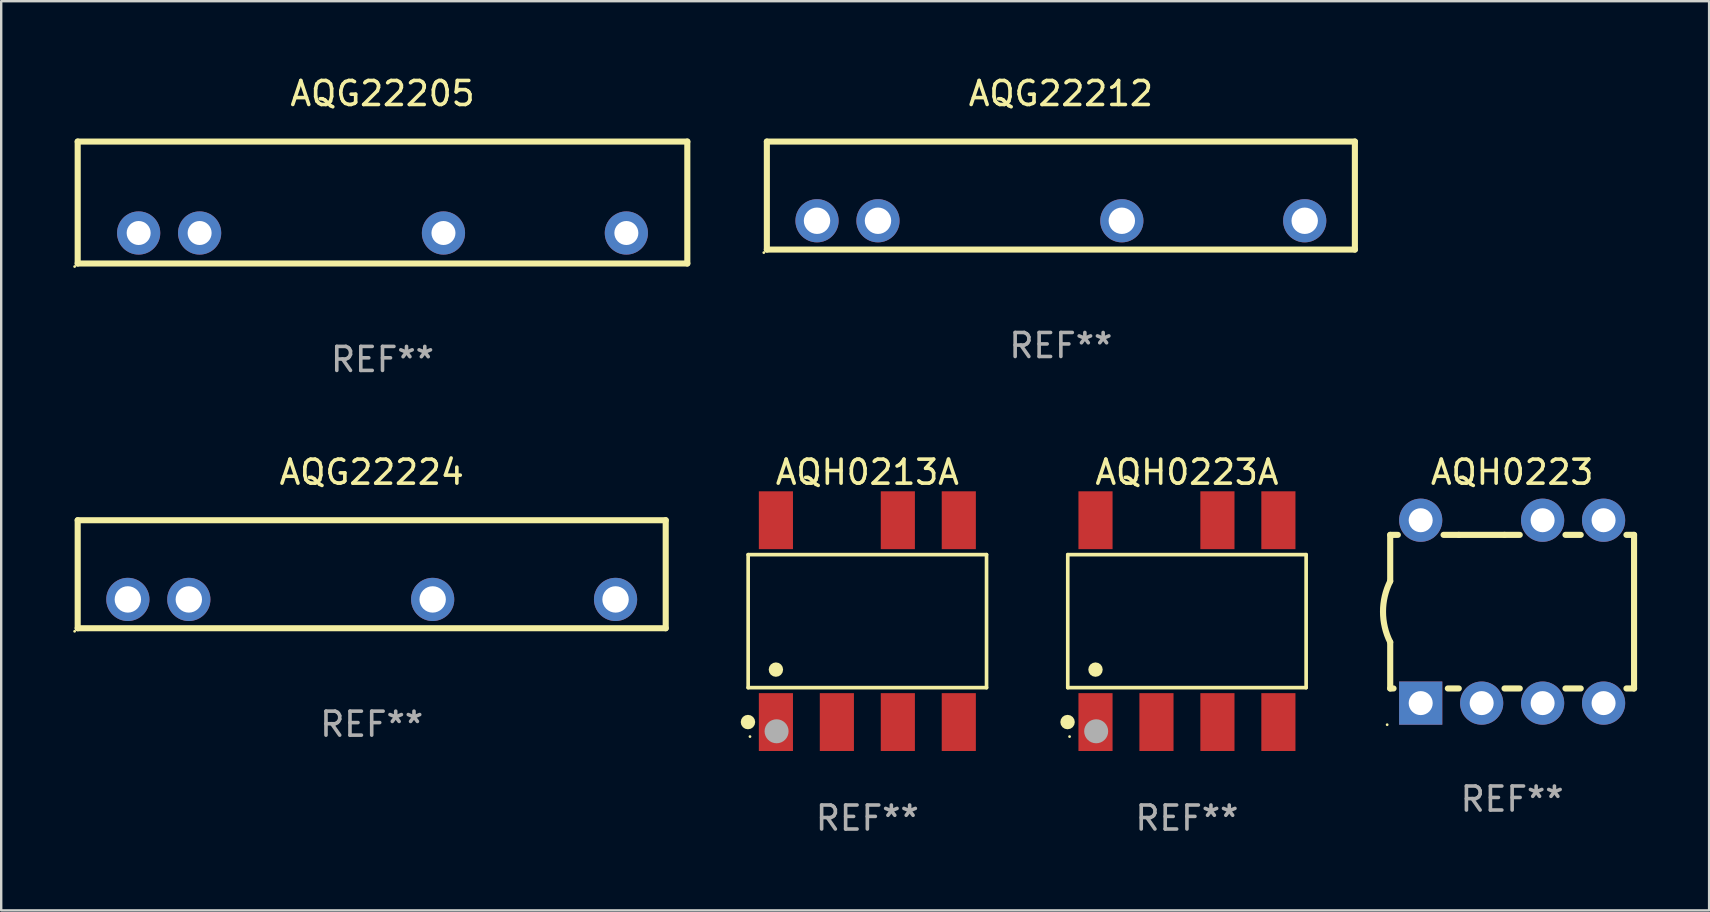
<source format=kicad_pcb>
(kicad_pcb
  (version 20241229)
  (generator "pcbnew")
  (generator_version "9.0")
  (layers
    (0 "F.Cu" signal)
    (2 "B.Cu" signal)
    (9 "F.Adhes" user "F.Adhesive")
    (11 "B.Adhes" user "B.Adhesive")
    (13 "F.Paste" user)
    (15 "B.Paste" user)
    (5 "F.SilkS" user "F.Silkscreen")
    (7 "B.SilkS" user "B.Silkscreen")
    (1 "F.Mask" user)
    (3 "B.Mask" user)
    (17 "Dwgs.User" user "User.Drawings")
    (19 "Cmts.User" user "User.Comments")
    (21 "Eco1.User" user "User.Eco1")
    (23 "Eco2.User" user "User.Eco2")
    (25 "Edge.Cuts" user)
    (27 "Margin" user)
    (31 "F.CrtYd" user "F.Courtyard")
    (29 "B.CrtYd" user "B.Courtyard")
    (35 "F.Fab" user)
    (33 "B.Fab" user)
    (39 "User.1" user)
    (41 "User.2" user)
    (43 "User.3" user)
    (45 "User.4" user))
  (footprint "AQG22212"
    (layer "F.Cu")
    (at 41.151 5.098)
    (property "Reference" "AQG22212" (at 0 -4.25 0) (layer "F.SilkS") (effects (font (size 1 1) (thickness 0.15))))
    (attr through_hole)
    (fp_line (start -12.25 -2.25) (end -12.25 2.25) (stroke (width 0.254) (type solid)) (layer "F.SilkS"))
    (fp_line (start 12.25 -2.25) (end -12.25 -2.25) (stroke (width 0.254) (type solid)) (layer "F.SilkS"))
    (fp_line (start 12.25 2.25) (end -12.25 2.25) (stroke (width 0.254) (type solid)) (layer "F.SilkS"))
    (fp_line (start 12.25 2.25) (end 12.25 -2.25) (stroke (width 0.254) (type solid)) (layer "F.SilkS"))
    (fp_circle (center -12.377 2.377) (end -12.347 2.377) (stroke (width 0.06) (type solid)) (fill no) (layer "F.SilkS"))
    (fp_text user "REF**" (at 0 6.25 0) (layer "F.Fab") (effects (font (size 1 1) (thickness 0.15))))
    (pad "1" thru_hole circle (at -10.16 1.05) (size 1.8 1.8) (drill 1.1) (layers "*.Cu" "*.Mask"))
    (pad "2" thru_hole circle (at -7.62 1.05) (size 1.8 1.8) (drill 1.1) (layers "*.Cu" "*.Mask"))
    (pad "3" thru_hole circle (at 2.54 1.05) (size 1.8 1.8) (drill 1.1) (layers "*.Cu" "*.Mask"))
    (pad "4" thru_hole circle (at 10.16 1.05) (size 1.8 1.8) (drill 1.1) (layers "*.Cu" "*.Mask")))
  (footprint "AQH0223"
    (layer "F.Cu")
    (at 59.953 22.435)
    (property "Reference" "AQH0223" (at 0 -5.81 0) (layer "F.SilkS") (effects (font (size 1 1) (thickness 0.15))))
    (attr through_hole)
    (fp_line (start -5.08 -3.2) (end -4.762 -3.2) (stroke (width 0.254) (type solid)) (layer "F.SilkS"))
    (fp_line (start -5.08 -1.27) (end -5.08 -3.2) (stroke (width 0.254) (type solid)) (layer "F.SilkS"))
    (fp_line (start -5.08 3.2) (end -5.08 1.27) (stroke (width 0.254) (type solid)) (layer "F.SilkS"))
    (fp_line (start -5.08 3.2) (end -4.941 3.2) (stroke (width 0.254) (type solid)) (layer "F.SilkS"))
    (fp_line (start -2.858 -3.2) (end -2.222 -3.2) (stroke (width 0.254) (type solid)) (layer "F.SilkS"))
    (fp_line (start -2.679 3.2) (end -2.222 3.2) (stroke (width 0.254) (type solid)) (layer "F.SilkS"))
    (fp_line (start -2.222 -3.2) (end -0.318 -3.2) (stroke (width 0.254) (type solid)) (layer "F.SilkS"))
    (fp_line (start -0.318 -3.2) (end 0.318 -3.2) (stroke (width 0.254) (type solid)) (layer "F.SilkS"))
    (fp_line (start -0.318 3.2) (end 0.318 3.2) (stroke (width 0.254) (type solid)) (layer "F.SilkS"))
    (fp_line (start 2.222 -3.2) (end 2.858 -3.2) (stroke (width 0.254) (type solid)) (layer "F.SilkS"))
    (fp_line (start 2.222 3.2) (end 2.858 3.2) (stroke (width 0.254) (type solid)) (layer "F.SilkS"))
    (fp_line (start 4.762 -3.2) (end 5.08 -3.2) (stroke (width 0.254) (type solid)) (layer "F.SilkS"))
    (fp_line (start 4.762 3.2) (end 5.08 3.2) (stroke (width 0.254) (type solid)) (layer "F.SilkS"))
    (fp_line (start 5.08 3.2) (end 5.08 -3.2) (stroke (width 0.254) (type solid)) (layer "F.SilkS"))
    (fp_arc (start -5.080011 1.270002) (mid -5.379818 -0.000001) (end -5.08001 -1.270003) (stroke (width 0.254001) (type solid)) (layer "F.SilkS"))
    (fp_circle (center -5.207 4.71) (end -5.177 4.71) (stroke (width 0.06) (type solid)) (fill no) (layer "F.SilkS"))
    (fp_text user "REF**" (at 0 7.81 0) (layer "F.Fab") (effects (font (size 1 1) (thickness 0.15))))
    (pad "1" thru_hole rect (at -3.81 3.81) (size 1.8 1.8) (drill 1) (layers "*.Cu" "*.Mask"))
    (pad "2" thru_hole circle (at -1.27 3.81) (size 1.8 1.8) (drill 1) (layers "*.Cu" "*.Mask"))
    (pad "3" thru_hole circle (at 1.27 3.81) (size 1.8 1.8) (drill 1) (layers "*.Cu" "*.Mask"))
    (pad "4" thru_hole circle (at 3.81 3.81) (size 1.8 1.8) (drill 1) (layers "*.Cu" "*.Mask"))
    (pad "5" thru_hole circle (at 3.81 -3.81) (size 1.8 1.8) (drill 1) (layers "*.Cu" "*.Mask"))
    (pad "6" thru_hole circle (at 1.27 -3.81) (size 1.8 1.8) (drill 1) (layers "*.Cu" "*.Mask"))
    (pad "8" thru_hole circle (at -3.81 -3.81) (size 1.8 1.8) (drill 1) (layers "*.Cu" "*.Mask")))
  (footprint "AQG22205"
    (layer "F.Cu")
    (at 12.887 5.388)
    (property "Reference" "AQG22205" (at 0 -4.54 0) (layer "F.SilkS") (effects (font (size 1 1) (thickness 0.15))))
    (attr through_hole)
    (fp_line (start -12.7 -2.54) (end -12.7 2.54) (stroke (width 0.254) (type solid)) (layer "F.SilkS"))
    (fp_line (start -12.7 2.54) (end 12.7 2.54) (stroke (width 0.254) (type solid)) (layer "F.SilkS"))
    (fp_line (start 12.7 -2.54) (end -12.7 -2.54) (stroke (width 0.254) (type solid)) (layer "F.SilkS"))
    (fp_line (start 12.7 2.54) (end 12.7 -2.54) (stroke (width 0.254) (type solid)) (layer "F.SilkS"))
    (fp_circle (center -12.827 2.667) (end -12.797 2.667) (stroke (width 0.06) (type solid)) (fill no) (layer "F.SilkS"))
    (fp_text user "REF**" (at 0 6.54 0) (layer "F.Fab") (effects (font (size 1 1) (thickness 0.15))))
    (pad "1" thru_hole circle (at -10.16 1.27) (size 1.8 1.8) (drill 1) (layers "*.Cu" "*.Mask"))
    (pad "2" thru_hole circle (at -7.62 1.27) (size 1.8 1.8) (drill 1) (layers "*.Cu" "*.Mask"))
    (pad "3" thru_hole circle (at 2.54 1.27) (size 1.8 1.8) (drill 1) (layers "*.Cu" "*.Mask"))
    (pad "4" thru_hole circle (at 10.16 1.27) (size 1.8 1.8) (drill 1) (layers "*.Cu" "*.Mask")))
  (footprint "AQG22224"
    (layer "F.Cu")
    (at 12.437 20.875)
    (property "Reference" "AQG22224" (at 0 -4.25 0) (layer "F.SilkS") (effects (font (size 1 1) (thickness 0.15))))
    (attr through_hole)
    (fp_line (start -12.25 -2.25) (end -12.25 2.25) (stroke (width 0.254) (type solid)) (layer "F.SilkS"))
    (fp_line (start 12.25 -2.25) (end -12.25 -2.25) (stroke (width 0.254) (type solid)) (layer "F.SilkS"))
    (fp_line (start 12.25 2.25) (end -12.25 2.25) (stroke (width 0.254) (type solid)) (layer "F.SilkS"))
    (fp_line (start 12.25 2.25) (end 12.25 -2.25) (stroke (width 0.254) (type solid)) (layer "F.SilkS"))
    (fp_circle (center -12.377 2.377) (end -12.347 2.377) (stroke (width 0.06) (type solid)) (fill no) (layer "F.SilkS"))
    (fp_text user "REF**" (at 0 6.25 0) (layer "F.Fab") (effects (font (size 1 1) (thickness 0.15))))
    (pad "1" thru_hole circle (at -10.16 1.05) (size 1.8 1.8) (drill 1.1) (layers "*.Cu" "*.Mask"))
    (pad "2" thru_hole circle (at -7.62 1.05) (size 1.8 1.8) (drill 1.1) (layers "*.Cu" "*.Mask"))
    (pad "3" thru_hole circle (at 2.54 1.05) (size 1.8 1.8) (drill 1.1) (layers "*.Cu" "*.Mask"))
    (pad "4" thru_hole circle (at 10.16 1.05) (size 1.8 1.8) (drill 1.1) (layers "*.Cu" "*.Mask")))
  (footprint "AQH0223A"
    (layer "F.Cu")
    (at 46.404 22.83)
    (property "Reference" "AQH0223A" (at 0 -6.205 0) (layer "F.SilkS") (effects (font (size 1 1) (thickness 0.15))))
    (attr through_hole)
    (fp_line (start -4.966 -2.771) (end 4.966 -2.771) (stroke (width 0.152) (type solid)) (layer "F.SilkS"))
    (fp_line (start -4.966 2.771) (end -4.966 -2.771) (stroke (width 0.152) (type solid)) (layer "F.SilkS"))
    (fp_line (start 4.966 -2.771) (end 4.966 2.771) (stroke (width 0.152) (type solid)) (layer "F.SilkS"))
    (fp_line (start 4.966 2.771) (end -4.966 2.771) (stroke (width 0.152) (type solid)) (layer "F.SilkS"))
    (fp_circle (center -4.974 4.205) (end -4.823 4.205) (stroke (width 0.3) (type solid)) (fill no) (layer "F.SilkS"))
    (fp_circle (center -4.89 4.81) (end -4.86 4.81) (stroke (width 0.06) (type solid)) (fill no) (layer "F.SilkS"))
    (fp_circle (center -3.81 2.019) (end -3.66 2.019) (stroke (width 0.3) (type solid)) (fill no) (layer "F.SilkS"))
    (fp_circle (center -3.782 4.589) (end -3.532 4.589) (stroke (width 0.5) (type solid)) (fill no) (layer "F.Fab"))
    (fp_text user "REF**" (at 0 8.205 0) (layer "F.Fab") (effects (font (size 1 1) (thickness 0.15))))
    (pad "1" smd rect (at -3.81 4.205) (size 1.422 2.41) (layers "F.Cu" "F.Mask" "F.Paste"))
    (pad "2" smd rect (at -1.27 4.205) (size 1.422 2.41) (layers "F.Cu" "F.Mask" "F.Paste"))
    (pad "3" smd rect (at 1.27 4.205) (size 1.422 2.41) (layers "F.Cu" "F.Mask" "F.Paste"))
    (pad "4" smd rect (at 3.81 4.205) (size 1.422 2.41) (layers "F.Cu" "F.Mask" "F.Paste"))
    (pad "5" smd rect (at 3.81 -4.205) (size 1.422 2.41) (layers "F.Cu" "F.Mask" "F.Paste"))
    (pad "6" smd rect (at 1.27 -4.205) (size 1.422 2.41) (layers "F.Cu" "F.Mask" "F.Paste"))
    (pad "8" smd rect (at -3.81 -4.205) (size 1.422 2.41) (layers "F.Cu" "F.Mask" "F.Paste")))
  (footprint "AQH0213A"
    (layer "F.Cu")
    (at 33.088 22.83)
    (property "Reference" "AQH0213A" (at 0 -6.205 0) (layer "F.SilkS") (effects (font (size 1 1) (thickness 0.15))))
    (attr through_hole)
    (fp_line (start -4.966 -2.771) (end 4.966 -2.771) (stroke (width 0.152) (type solid)) (layer "F.SilkS"))
    (fp_line (start -4.966 2.771) (end -4.966 -2.771) (stroke (width 0.152) (type solid)) (layer "F.SilkS"))
    (fp_line (start 4.966 -2.771) (end 4.966 2.771) (stroke (width 0.152) (type solid)) (layer "F.SilkS"))
    (fp_line (start 4.966 2.771) (end -4.966 2.771) (stroke (width 0.152) (type solid)) (layer "F.SilkS"))
    (fp_circle (center -4.974 4.205) (end -4.823 4.205) (stroke (width 0.3) (type solid)) (fill no) (layer "F.SilkS"))
    (fp_circle (center -4.89 4.81) (end -4.86 4.81) (stroke (width 0.06) (type solid)) (fill no) (layer "F.SilkS"))
    (fp_circle (center -3.81 2.019) (end -3.66 2.019) (stroke (width 0.3) (type solid)) (fill no) (layer "F.SilkS"))
    (fp_circle (center -3.782 4.589) (end -3.532 4.589) (stroke (width 0.5) (type solid)) (fill no) (layer "F.Fab"))
    (fp_text user "REF**" (at 0 8.205 0) (layer "F.Fab") (effects (font (size 1 1) (thickness 0.15))))
    (pad "1" smd rect (at -3.81 4.205) (size 1.422 2.41) (layers "F.Cu" "F.Mask" "F.Paste"))
    (pad "2" smd rect (at -1.27 4.205) (size 1.422 2.41) (layers "F.Cu" "F.Mask" "F.Paste"))
    (pad "3" smd rect (at 1.27 4.205) (size 1.422 2.41) (layers "F.Cu" "F.Mask" "F.Paste"))
    (pad "4" smd rect (at 3.81 4.205) (size 1.422 2.41) (layers "F.Cu" "F.Mask" "F.Paste"))
    (pad "5" smd rect (at 3.81 -4.205) (size 1.422 2.41) (layers "F.Cu" "F.Mask" "F.Paste"))
    (pad "6" smd rect (at 1.27 -4.205) (size 1.422 2.41) (layers "F.Cu" "F.Mask" "F.Paste"))
    (pad "8" smd rect (at -3.81 -4.205) (size 1.422 2.41) (layers "F.Cu" "F.Mask" "F.Paste")))
  (gr_rect
    (start -3 -3)
    (end 68.16 34.883)
    (stroke (width 0.1) (type default))
    (fill no)
    (layer "Edge.Cuts")))
</source>
